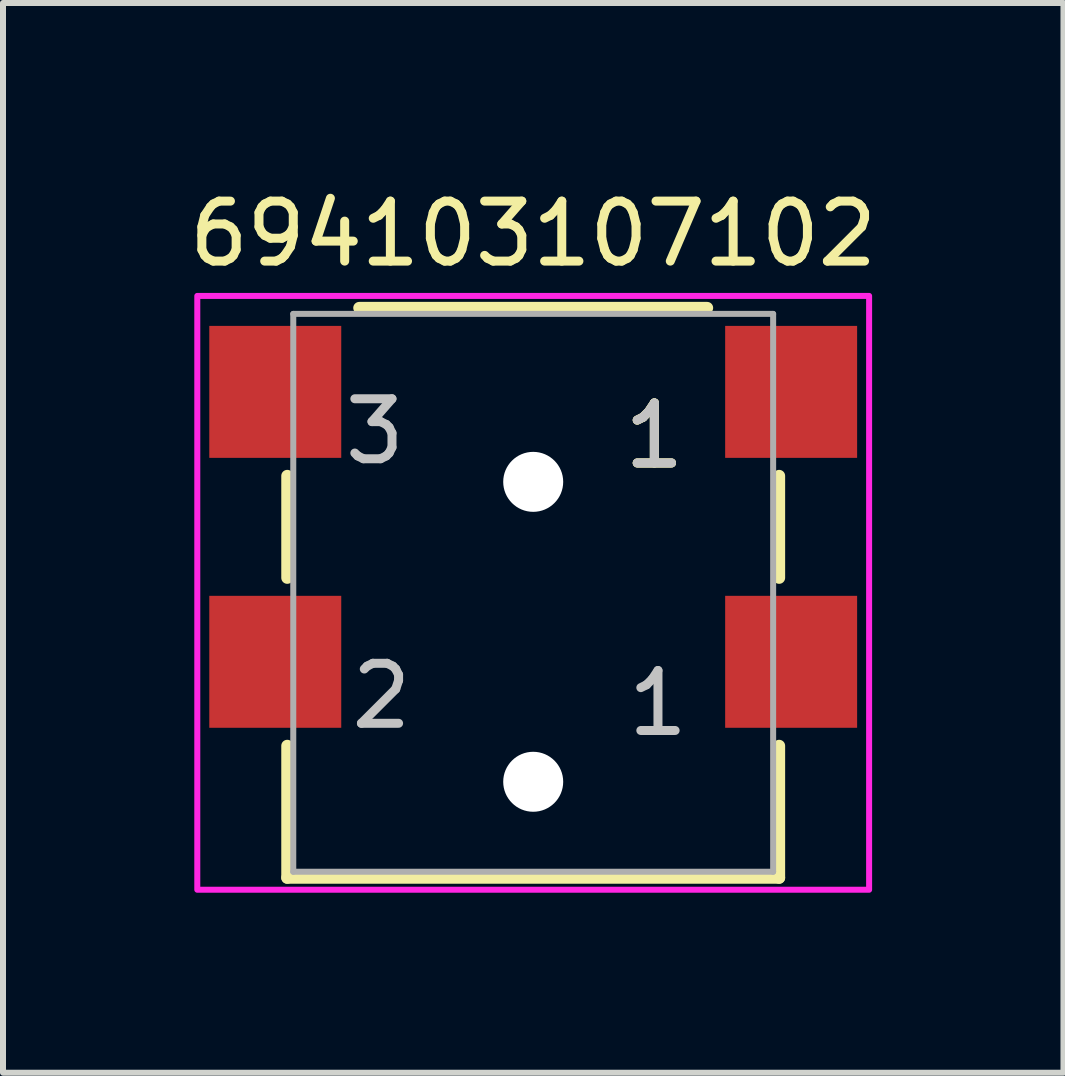
<source format=kicad_pcb>
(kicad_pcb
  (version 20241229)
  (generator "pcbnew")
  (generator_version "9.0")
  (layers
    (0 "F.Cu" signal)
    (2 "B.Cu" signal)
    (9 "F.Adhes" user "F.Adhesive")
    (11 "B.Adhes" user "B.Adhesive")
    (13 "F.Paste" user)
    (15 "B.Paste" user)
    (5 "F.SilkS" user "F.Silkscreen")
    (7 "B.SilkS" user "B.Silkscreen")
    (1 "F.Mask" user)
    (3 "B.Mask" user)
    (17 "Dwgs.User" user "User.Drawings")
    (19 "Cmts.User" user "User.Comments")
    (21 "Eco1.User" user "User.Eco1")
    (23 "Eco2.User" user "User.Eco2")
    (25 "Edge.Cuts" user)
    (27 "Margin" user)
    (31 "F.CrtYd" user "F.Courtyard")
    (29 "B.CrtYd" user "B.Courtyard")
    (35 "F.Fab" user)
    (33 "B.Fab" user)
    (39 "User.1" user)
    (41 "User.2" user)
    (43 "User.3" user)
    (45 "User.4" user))
  (footprint "694103107102"
    (layer "F.Cu")
    (at 5.839 7.483)
    (property "Reference" "694103107102" (at 0 -6.635 0) (layer "F.SilkS") (effects (font (size 1 1) (thickness 0.15))))
    (attr smd)
    (fp_line (start -4.1 -2.6) (end -4.1 -0.9) (stroke (width 0.2) (type solid)) (layer "F.SilkS"))
    (fp_line (start -4.1 1.9) (end -4.1 4.1) (stroke (width 0.2) (type solid)) (layer "F.SilkS"))
    (fp_line (start -4.1 4.1) (end 4.1 4.1) (stroke (width 0.2) (type solid)) (layer "F.SilkS"))
    (fp_line (start -2.9 -5.4) (end 2.9 -5.4) (stroke (width 0.2) (type solid)) (layer "F.SilkS"))
    (fp_line (start 4.1 -2.6) (end 4.1 -0.9) (stroke (width 0.2) (type solid)) (layer "F.SilkS"))
    (fp_line (start 4.1 4.1) (end 4.1 1.9) (stroke (width 0.2) (type solid)) (layer "F.SilkS"))
    (fp_poly (pts (xy -5.6 4.3) (xy -5.6 -5.6) (xy 5.6 -5.6) (xy 5.6 4.3)) (stroke (width 0.1) (type solid)) (fill no) (layer "F.CrtYd"))
    (fp_line (start -4 -5.3) (end 4 -5.3) (stroke (width 0.1) (type solid)) (layer "F.Fab"))
    (fp_line (start -4 4) (end -4 -5.3) (stroke (width 0.1) (type solid)) (layer "F.Fab"))
    (fp_line (start 4 -5.3) (end 4 4) (stroke (width 0.1) (type solid)) (layer "F.Fab"))
    (fp_line (start 4 4) (end -4 4) (stroke (width 0.1) (type solid)) (layer "F.Fab"))
    (fp_text user "1" (at 2.02 -3.27 0) (layer "F.SilkS") (effects (font (size 1 1) (thickness 0.15))))
    (fp_text user "1" (at 2.02 -3.27 0) (layer "F.SilkS") (effects (font (size 1 1) (thickness 0.15))))
    (fp_text user "1" (at 2.08 1.19 0) (layer "Dwgs.User") (effects (font (size 1 1) (thickness 0.15))))
    (fp_text user "1" (at 2.02 -3.27 0) (layer "Dwgs.User") (effects (font (size 1 1) (thickness 0.15))))
    (fp_text user "3" (at -2.64 -3.34 0) (layer "Dwgs.User") (effects (font (size 1 1) (thickness 0.15))))
    (fp_text user "2" (at -2.53 1.07 0) (layer "Dwgs.User") (effects (font (size 1 1) (thickness 0.15))))
    (pad "" np_thru_hole circle (at 0 -2.5) (size 1 1) (drill 1) (layers "*.Cu" "*.Mask"))
    (pad "" np_thru_hole circle (at 0 2.5) (size 1 1) (drill 1) (layers "*.Cu" "*.Mask"))
    (pad "1" smd rect (at 4.3 -4 180) (size 2.2 2.2) (layers "F.Cu" "F.Mask" "F.Paste"))
    (pad "2" smd rect (at -4.3 0.5 180) (size 2.2 2.2) (layers "F.Cu" "F.Mask" "F.Paste"))
    (pad "3" smd rect (at -4.3 -4 180) (size 2.2 2.2) (layers "F.Cu" "F.Mask" "F.Paste"))
    (pad "A1" smd rect (at 4.3 0.5 180) (size 2.2 2.2) (layers "F.Cu" "F.Mask" "F.Paste")))
  (gr_rect
    (start -3 -3)
    (end 14.679 14.833)
    (stroke (width 0.1) (type default))
    (fill no)
    (layer "Edge.Cuts")))
</source>
